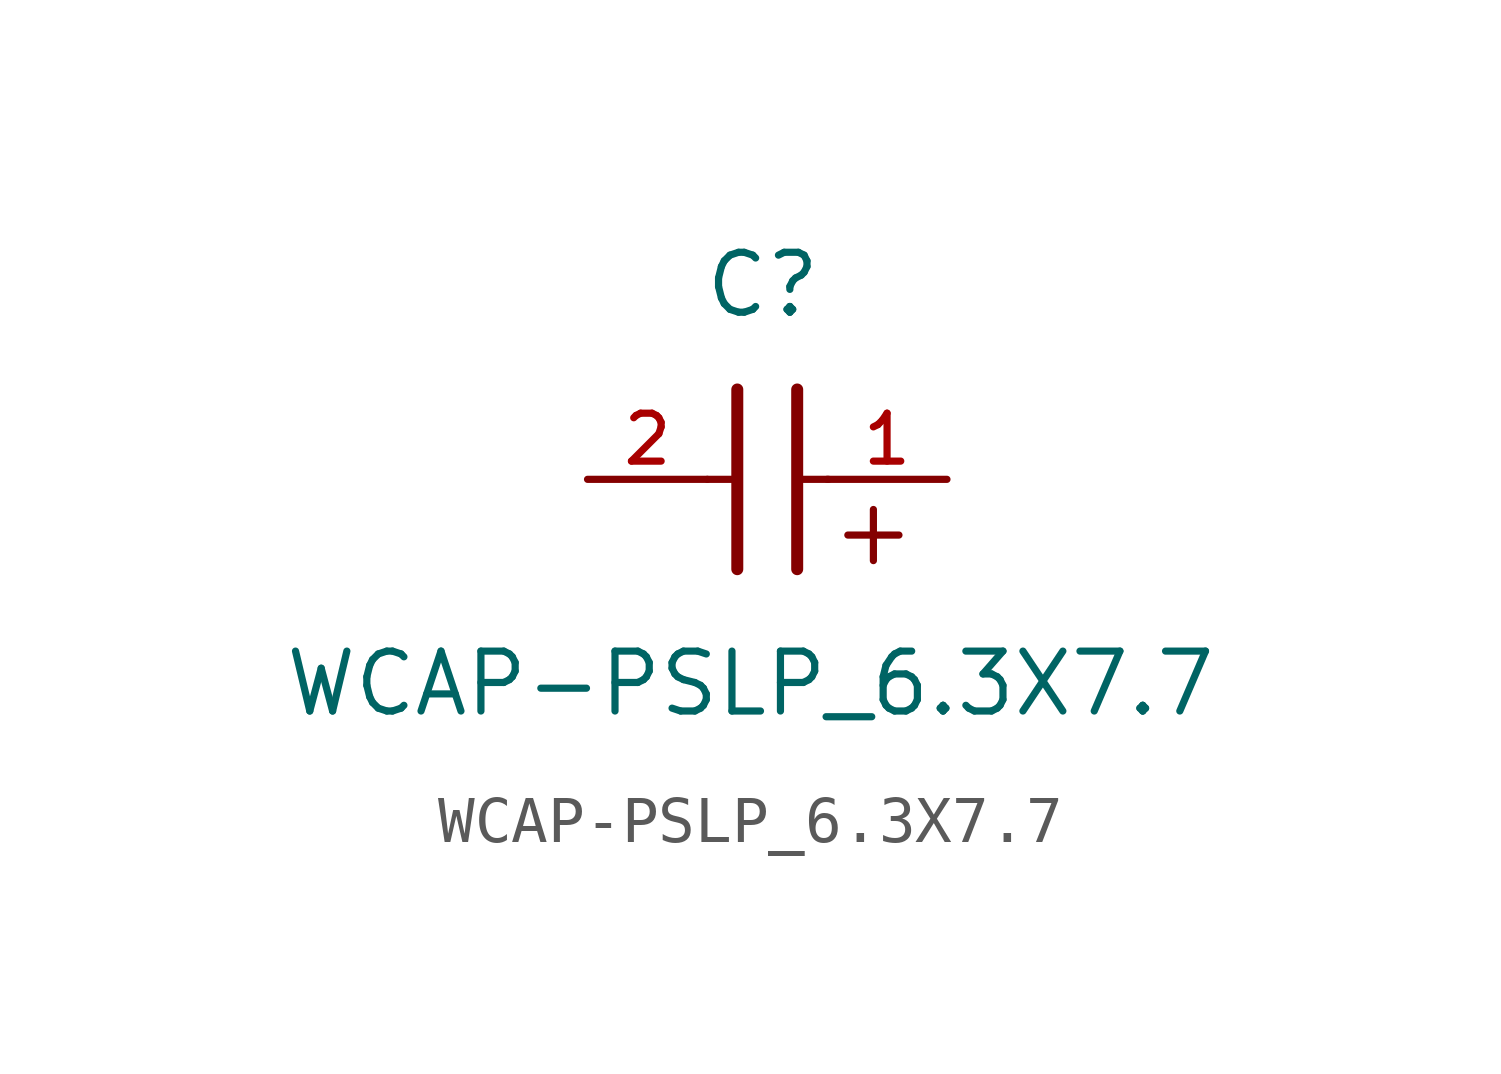
<source format=kicad_sym>
(kicad_symbol_lib
  (version 20211014)
  (generator kicad_symbol_editor)
  (symbol "WCAP-PSLP_6.3X7.7"
    (pin_names
      (offset 1.016))
    (property "Reference" "C"
      (at 1.175 3.38 0)
      (effects (font (size 1.27 1.27)) (justify bottom)))
    (property "Value" "WCAP-PSLP_6.3X7.7"
      (at 0.915 -5.075 0)
      (effects (font (size 1.27 1.27)) (justify bottom)))
    (symbol "WCAP-PSLP_6.3X7.7_0_0"
      (text "+" (at 2.54 -1.905 0) (effects (font (size 1.422 1.422)) (justify bottom left)))
      (polyline (pts (xy 1.905 1.905) (xy 1.905 -1.905)) (stroke (width 0.254)))
      (polyline (pts (xy 0.635 -1.905) (xy 0.635 1.905)) (stroke (width 0.254)))
      (polyline (pts (xy 0.0 0.0) (xy 0.643 0.0)) (stroke (width 0.152)))
      (polyline (pts (xy 1.928 0.0) (xy 2.57 0.0)) (stroke (width 0.152)))
      (pin passive line (at 5.08 0.0 180.0) (length 2.54) (name "~" (effects (font (size 1.016 1.016)))) (number "1" (effects (font (size 1.016 1.016)))))
      (pin passive line (at -2.54 0.0 0) (length 2.54) (name "~" (effects (font (size 1.016 1.016)))) (number "2" (effects (font (size 1.016 1.016))))))))
</source>
